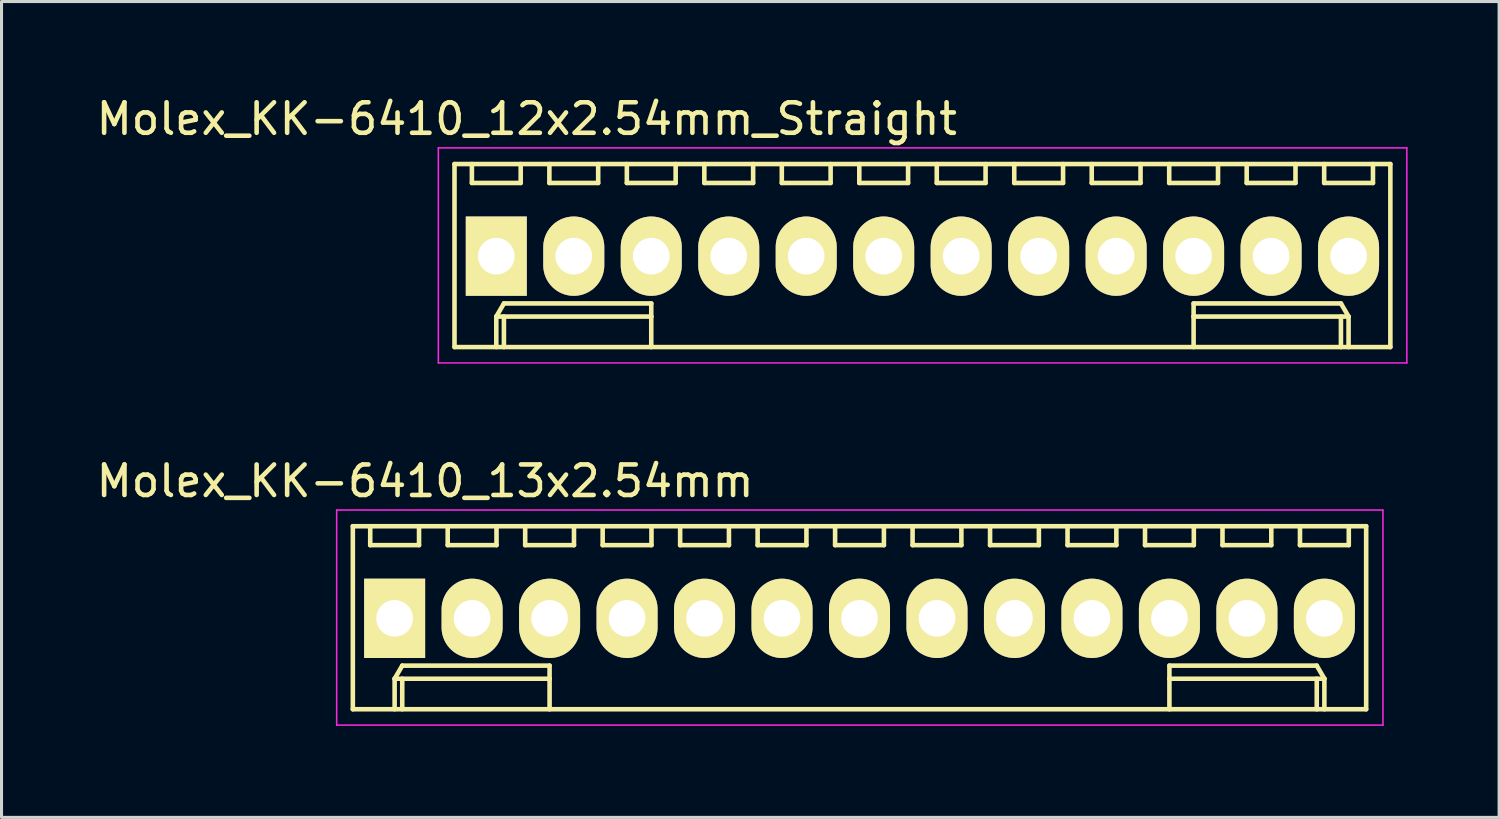
<source format=kicad_pcb>
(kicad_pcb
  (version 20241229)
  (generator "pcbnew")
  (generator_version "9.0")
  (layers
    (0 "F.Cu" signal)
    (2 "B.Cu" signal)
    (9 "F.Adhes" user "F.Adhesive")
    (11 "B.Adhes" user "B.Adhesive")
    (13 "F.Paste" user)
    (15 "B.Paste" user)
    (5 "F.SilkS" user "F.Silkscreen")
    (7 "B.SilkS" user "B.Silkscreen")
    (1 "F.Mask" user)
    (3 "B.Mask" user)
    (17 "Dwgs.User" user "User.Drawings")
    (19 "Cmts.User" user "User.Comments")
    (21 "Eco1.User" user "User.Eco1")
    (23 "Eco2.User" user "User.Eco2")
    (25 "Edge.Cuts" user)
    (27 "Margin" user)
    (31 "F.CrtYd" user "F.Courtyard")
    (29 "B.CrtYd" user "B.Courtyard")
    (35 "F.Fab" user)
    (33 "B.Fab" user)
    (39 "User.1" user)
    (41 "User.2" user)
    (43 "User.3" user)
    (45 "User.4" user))
  (footprint "Molex_KK-6410_12x2.54mm_Straight"
    (layer "F.Cu")
    (at 13.22 5.348)
    (property "Reference" "Molex_KK-6410_12x2.54mm_Straight" (at 1 -4.5 0) (layer "F.SilkS") (effects (font (size 1 1) (thickness 0.15))))
    (attr through_hole)
    (fp_line (start -1.37 -3.02) (end -1.37 2.98) (stroke (width 0.15) (type solid)) (layer "F.SilkS"))
    (fp_line (start -1.37 2.98) (end 29.31 2.98) (stroke (width 0.15) (type solid)) (layer "F.SilkS"))
    (fp_line (start -0.8 -3.02) (end -0.8 -2.4) (stroke (width 0.15) (type solid)) (layer "F.SilkS"))
    (fp_line (start -0.8 -2.4) (end 0.8 -2.4) (stroke (width 0.15) (type solid)) (layer "F.SilkS"))
    (fp_line (start 0 1.98) (end 0.25 1.55) (stroke (width 0.15) (type solid)) (layer "F.SilkS"))
    (fp_line (start 0 1.98) (end 5.08 1.98) (stroke (width 0.15) (type solid)) (layer "F.SilkS"))
    (fp_line (start 0 2.98) (end 0 1.98) (stroke (width 0.15) (type solid)) (layer "F.SilkS"))
    (fp_line (start 0.25 1.55) (end 5.08 1.55) (stroke (width 0.15) (type solid)) (layer "F.SilkS"))
    (fp_line (start 0.25 2.98) (end 0.25 1.98) (stroke (width 0.15) (type solid)) (layer "F.SilkS"))
    (fp_line (start 0.8 -2.4) (end 0.8 -3.02) (stroke (width 0.15) (type solid)) (layer "F.SilkS"))
    (fp_line (start 1.74 -3.02) (end 1.74 -2.4) (stroke (width 0.15) (type solid)) (layer "F.SilkS"))
    (fp_line (start 1.74 -2.4) (end 3.34 -2.4) (stroke (width 0.15) (type solid)) (layer "F.SilkS"))
    (fp_line (start 3.34 -2.4) (end 3.34 -3.02) (stroke (width 0.15) (type solid)) (layer "F.SilkS"))
    (fp_line (start 4.28 -3.02) (end 4.28 -2.4) (stroke (width 0.15) (type solid)) (layer "F.SilkS"))
    (fp_line (start 4.28 -2.4) (end 5.88 -2.4) (stroke (width 0.15) (type solid)) (layer "F.SilkS"))
    (fp_line (start 5.08 1.55) (end 5.08 1.98) (stroke (width 0.15) (type solid)) (layer "F.SilkS"))
    (fp_line (start 5.08 1.98) (end 5.08 2.98) (stroke (width 0.15) (type solid)) (layer "F.SilkS"))
    (fp_line (start 5.88 -2.4) (end 5.88 -3.02) (stroke (width 0.15) (type solid)) (layer "F.SilkS"))
    (fp_line (start 6.82 -3.02) (end 6.82 -2.4) (stroke (width 0.15) (type solid)) (layer "F.SilkS"))
    (fp_line (start 6.82 -2.4) (end 8.42 -2.4) (stroke (width 0.15) (type solid)) (layer "F.SilkS"))
    (fp_line (start 8.42 -2.4) (end 8.42 -3.02) (stroke (width 0.15) (type solid)) (layer "F.SilkS"))
    (fp_line (start 9.36 -3.02) (end 9.36 -2.4) (stroke (width 0.15) (type solid)) (layer "F.SilkS"))
    (fp_line (start 9.36 -2.4) (end 10.96 -2.4) (stroke (width 0.15) (type solid)) (layer "F.SilkS"))
    (fp_line (start 10.96 -2.4) (end 10.96 -3.02) (stroke (width 0.15) (type solid)) (layer "F.SilkS"))
    (fp_line (start 11.9 -3.02) (end 11.9 -2.4) (stroke (width 0.15) (type solid)) (layer "F.SilkS"))
    (fp_line (start 11.9 -2.4) (end 13.5 -2.4) (stroke (width 0.15) (type solid)) (layer "F.SilkS"))
    (fp_line (start 13.5 -2.4) (end 13.5 -3.02) (stroke (width 0.15) (type solid)) (layer "F.SilkS"))
    (fp_line (start 14.44 -3.02) (end 14.44 -2.4) (stroke (width 0.15) (type solid)) (layer "F.SilkS"))
    (fp_line (start 14.44 -2.4) (end 16.04 -2.4) (stroke (width 0.15) (type solid)) (layer "F.SilkS"))
    (fp_line (start 16.04 -2.4) (end 16.04 -3.02) (stroke (width 0.15) (type solid)) (layer "F.SilkS"))
    (fp_line (start 16.98 -3.02) (end 16.98 -2.4) (stroke (width 0.15) (type solid)) (layer "F.SilkS"))
    (fp_line (start 16.98 -2.4) (end 18.58 -2.4) (stroke (width 0.15) (type solid)) (layer "F.SilkS"))
    (fp_line (start 18.58 -2.4) (end 18.58 -3.02) (stroke (width 0.15) (type solid)) (layer "F.SilkS"))
    (fp_line (start 19.52 -3.02) (end 19.52 -2.4) (stroke (width 0.15) (type solid)) (layer "F.SilkS"))
    (fp_line (start 19.52 -2.4) (end 21.12 -2.4) (stroke (width 0.15) (type solid)) (layer "F.SilkS"))
    (fp_line (start 21.12 -2.4) (end 21.12 -3.02) (stroke (width 0.15) (type solid)) (layer "F.SilkS"))
    (fp_line (start 22.06 -3.02) (end 22.06 -2.4) (stroke (width 0.15) (type solid)) (layer "F.SilkS"))
    (fp_line (start 22.06 -2.4) (end 23.66 -2.4) (stroke (width 0.15) (type solid)) (layer "F.SilkS"))
    (fp_line (start 22.86 1.55) (end 22.86 1.98) (stroke (width 0.15) (type solid)) (layer "F.SilkS"))
    (fp_line (start 22.86 1.98) (end 22.86 2.98) (stroke (width 0.15) (type solid)) (layer "F.SilkS"))
    (fp_line (start 23.66 -2.4) (end 23.66 -3.02) (stroke (width 0.15) (type solid)) (layer "F.SilkS"))
    (fp_line (start 24.6 -3.02) (end 24.6 -2.4) (stroke (width 0.15) (type solid)) (layer "F.SilkS"))
    (fp_line (start 24.6 -2.4) (end 26.2 -2.4) (stroke (width 0.15) (type solid)) (layer "F.SilkS"))
    (fp_line (start 26.2 -2.4) (end 26.2 -3.02) (stroke (width 0.15) (type solid)) (layer "F.SilkS"))
    (fp_line (start 27.14 -3.02) (end 27.14 -2.4) (stroke (width 0.15) (type solid)) (layer "F.SilkS"))
    (fp_line (start 27.14 -2.4) (end 28.74 -2.4) (stroke (width 0.15) (type solid)) (layer "F.SilkS"))
    (fp_line (start 27.69 1.55) (end 22.86 1.55) (stroke (width 0.15) (type solid)) (layer "F.SilkS"))
    (fp_line (start 27.69 2.98) (end 27.69 1.98) (stroke (width 0.15) (type solid)) (layer "F.SilkS"))
    (fp_line (start 27.94 1.98) (end 22.86 1.98) (stroke (width 0.15) (type solid)) (layer "F.SilkS"))
    (fp_line (start 27.94 1.98) (end 27.69 1.55) (stroke (width 0.15) (type solid)) (layer "F.SilkS"))
    (fp_line (start 27.94 2.98) (end 27.94 1.98) (stroke (width 0.15) (type solid)) (layer "F.SilkS"))
    (fp_line (start 28.74 -2.4) (end 28.74 -3.02) (stroke (width 0.15) (type solid)) (layer "F.SilkS"))
    (fp_line (start 29.31 -3.02) (end -1.37 -3.02) (stroke (width 0.15) (type solid)) (layer "F.SilkS"))
    (fp_line (start 29.31 2.98) (end 29.31 -3.02) (stroke (width 0.15) (type solid)) (layer "F.SilkS"))
    (fp_line (start -1.9 -3.55) (end 29.85 -3.55) (stroke (width 0.05) (type solid)) (layer "F.CrtYd"))
    (fp_line (start -1.9 3.5) (end -1.9 -3.55) (stroke (width 0.05) (type solid)) (layer "F.CrtYd"))
    (fp_line (start 29.85 -3.55) (end 29.85 3.5) (stroke (width 0.05) (type solid)) (layer "F.CrtYd"))
    (fp_line (start 29.85 3.5) (end -1.9 3.5) (stroke (width 0.05) (type solid)) (layer "F.CrtYd"))
    (pad "1" thru_hole rect (at 0 0) (size 2 2.6) (drill 1.2) (layers "*.Cu" "*.Mask" "F.SilkS"))
    (pad "2" thru_hole oval (at 2.54 0) (size 2 2.6) (drill 1.2) (layers "*.Cu" "*.Mask" "F.SilkS"))
    (pad "3" thru_hole oval (at 5.08 0) (size 2 2.6) (drill 1.2) (layers "*.Cu" "*.Mask" "F.SilkS"))
    (pad "4" thru_hole oval (at 7.62 0) (size 2 2.6) (drill 1.2) (layers "*.Cu" "*.Mask" "F.SilkS"))
    (pad "5" thru_hole oval (at 10.16 0) (size 2 2.6) (drill 1.2) (layers "*.Cu" "*.Mask" "F.SilkS"))
    (pad "6" thru_hole oval (at 12.7 0) (size 2 2.6) (drill 1.2) (layers "*.Cu" "*.Mask" "F.SilkS"))
    (pad "7" thru_hole oval (at 15.24 0) (size 2 2.6) (drill 1.2) (layers "*.Cu" "*.Mask" "F.SilkS"))
    (pad "8" thru_hole oval (at 17.78 0) (size 2 2.6) (drill 1.2) (layers "*.Cu" "*.Mask" "F.SilkS"))
    (pad "9" thru_hole oval (at 20.32 0) (size 2 2.6) (drill 1.2) (layers "*.Cu" "*.Mask" "F.SilkS"))
    (pad "10" thru_hole oval (at 22.86 0) (size 2 2.6) (drill 1.2) (layers "*.Cu" "*.Mask" "F.SilkS"))
    (pad "11" thru_hole oval (at 25.4 0) (size 2 2.6) (drill 1.2) (layers "*.Cu" "*.Mask" "F.SilkS"))
    (pad "12" thru_hole oval (at 27.94 0) (size 2 2.6) (drill 1.2) (layers "*.Cu" "*.Mask" "F.SilkS")))
  (footprint "Molex_KK-6410_13x2.54mm"
    (layer "F.Cu")
    (at 9.887 17.221)
    (property "Reference" "Molex_KK-6410_13x2.54mm" (at 1 -4.5 0) (layer "F.SilkS") (effects (font (size 1 1) (thickness 0.15))))
    (attr through_hole)
    (fp_line (start -1.37 -3.02) (end -1.37 2.98) (stroke (width 0.15) (type solid)) (layer "F.SilkS"))
    (fp_line (start -1.37 2.98) (end 31.85 2.98) (stroke (width 0.15) (type solid)) (layer "F.SilkS"))
    (fp_line (start -0.8 -3.02) (end -0.8 -2.4) (stroke (width 0.15) (type solid)) (layer "F.SilkS"))
    (fp_line (start -0.8 -2.4) (end 0.8 -2.4) (stroke (width 0.15) (type solid)) (layer "F.SilkS"))
    (fp_line (start 0 1.98) (end 0.25 1.55) (stroke (width 0.15) (type solid)) (layer "F.SilkS"))
    (fp_line (start 0 1.98) (end 5.08 1.98) (stroke (width 0.15) (type solid)) (layer "F.SilkS"))
    (fp_line (start 0 2.98) (end 0 1.98) (stroke (width 0.15) (type solid)) (layer "F.SilkS"))
    (fp_line (start 0.25 1.55) (end 5.08 1.55) (stroke (width 0.15) (type solid)) (layer "F.SilkS"))
    (fp_line (start 0.25 2.98) (end 0.25 1.98) (stroke (width 0.15) (type solid)) (layer "F.SilkS"))
    (fp_line (start 0.8 -2.4) (end 0.8 -3.02) (stroke (width 0.15) (type solid)) (layer "F.SilkS"))
    (fp_line (start 1.74 -3.02) (end 1.74 -2.4) (stroke (width 0.15) (type solid)) (layer "F.SilkS"))
    (fp_line (start 1.74 -2.4) (end 3.34 -2.4) (stroke (width 0.15) (type solid)) (layer "F.SilkS"))
    (fp_line (start 3.34 -2.4) (end 3.34 -3.02) (stroke (width 0.15) (type solid)) (layer "F.SilkS"))
    (fp_line (start 4.28 -3.02) (end 4.28 -2.4) (stroke (width 0.15) (type solid)) (layer "F.SilkS"))
    (fp_line (start 4.28 -2.4) (end 5.88 -2.4) (stroke (width 0.15) (type solid)) (layer "F.SilkS"))
    (fp_line (start 5.08 1.55) (end 5.08 1.98) (stroke (width 0.15) (type solid)) (layer "F.SilkS"))
    (fp_line (start 5.08 1.98) (end 5.08 2.98) (stroke (width 0.15) (type solid)) (layer "F.SilkS"))
    (fp_line (start 5.88 -2.4) (end 5.88 -3.02) (stroke (width 0.15) (type solid)) (layer "F.SilkS"))
    (fp_line (start 6.82 -3.02) (end 6.82 -2.4) (stroke (width 0.15) (type solid)) (layer "F.SilkS"))
    (fp_line (start 6.82 -2.4) (end 8.42 -2.4) (stroke (width 0.15) (type solid)) (layer "F.SilkS"))
    (fp_line (start 8.42 -2.4) (end 8.42 -3.02) (stroke (width 0.15) (type solid)) (layer "F.SilkS"))
    (fp_line (start 9.36 -3.02) (end 9.36 -2.4) (stroke (width 0.15) (type solid)) (layer "F.SilkS"))
    (fp_line (start 9.36 -2.4) (end 10.96 -2.4) (stroke (width 0.15) (type solid)) (layer "F.SilkS"))
    (fp_line (start 10.96 -2.4) (end 10.96 -3.02) (stroke (width 0.15) (type solid)) (layer "F.SilkS"))
    (fp_line (start 11.9 -3.02) (end 11.9 -2.4) (stroke (width 0.15) (type solid)) (layer "F.SilkS"))
    (fp_line (start 11.9 -2.4) (end 13.5 -2.4) (stroke (width 0.15) (type solid)) (layer "F.SilkS"))
    (fp_line (start 13.5 -2.4) (end 13.5 -3.02) (stroke (width 0.15) (type solid)) (layer "F.SilkS"))
    (fp_line (start 14.44 -3.02) (end 14.44 -2.4) (stroke (width 0.15) (type solid)) (layer "F.SilkS"))
    (fp_line (start 14.44 -2.4) (end 16.04 -2.4) (stroke (width 0.15) (type solid)) (layer "F.SilkS"))
    (fp_line (start 16.04 -2.4) (end 16.04 -3.02) (stroke (width 0.15) (type solid)) (layer "F.SilkS"))
    (fp_line (start 16.98 -3.02) (end 16.98 -2.4) (stroke (width 0.15) (type solid)) (layer "F.SilkS"))
    (fp_line (start 16.98 -2.4) (end 18.58 -2.4) (stroke (width 0.15) (type solid)) (layer "F.SilkS"))
    (fp_line (start 18.58 -2.4) (end 18.58 -3.02) (stroke (width 0.15) (type solid)) (layer "F.SilkS"))
    (fp_line (start 19.52 -3.02) (end 19.52 -2.4) (stroke (width 0.15) (type solid)) (layer "F.SilkS"))
    (fp_line (start 19.52 -2.4) (end 21.12 -2.4) (stroke (width 0.15) (type solid)) (layer "F.SilkS"))
    (fp_line (start 21.12 -2.4) (end 21.12 -3.02) (stroke (width 0.15) (type solid)) (layer "F.SilkS"))
    (fp_line (start 22.06 -3.02) (end 22.06 -2.4) (stroke (width 0.15) (type solid)) (layer "F.SilkS"))
    (fp_line (start 22.06 -2.4) (end 23.66 -2.4) (stroke (width 0.15) (type solid)) (layer "F.SilkS"))
    (fp_line (start 23.66 -2.4) (end 23.66 -3.02) (stroke (width 0.15) (type solid)) (layer "F.SilkS"))
    (fp_line (start 24.6 -3.02) (end 24.6 -2.4) (stroke (width 0.15) (type solid)) (layer "F.SilkS"))
    (fp_line (start 24.6 -2.4) (end 26.2 -2.4) (stroke (width 0.15) (type solid)) (layer "F.SilkS"))
    (fp_line (start 25.4 1.55) (end 25.4 1.98) (stroke (width 0.15) (type solid)) (layer "F.SilkS"))
    (fp_line (start 25.4 1.98) (end 25.4 2.98) (stroke (width 0.15) (type solid)) (layer "F.SilkS"))
    (fp_line (start 26.2 -2.4) (end 26.2 -3.02) (stroke (width 0.15) (type solid)) (layer "F.SilkS"))
    (fp_line (start 27.14 -3.02) (end 27.14 -2.4) (stroke (width 0.15) (type solid)) (layer "F.SilkS"))
    (fp_line (start 27.14 -2.4) (end 28.74 -2.4) (stroke (width 0.15) (type solid)) (layer "F.SilkS"))
    (fp_line (start 28.74 -2.4) (end 28.74 -3.02) (stroke (width 0.15) (type solid)) (layer "F.SilkS"))
    (fp_line (start 29.68 -3.02) (end 29.68 -2.4) (stroke (width 0.15) (type solid)) (layer "F.SilkS"))
    (fp_line (start 29.68 -2.4) (end 31.28 -2.4) (stroke (width 0.15) (type solid)) (layer "F.SilkS"))
    (fp_line (start 30.23 1.55) (end 25.4 1.55) (stroke (width 0.15) (type solid)) (layer "F.SilkS"))
    (fp_line (start 30.23 2.98) (end 30.23 1.98) (stroke (width 0.15) (type solid)) (layer "F.SilkS"))
    (fp_line (start 30.48 1.98) (end 25.4 1.98) (stroke (width 0.15) (type solid)) (layer "F.SilkS"))
    (fp_line (start 30.48 1.98) (end 30.23 1.55) (stroke (width 0.15) (type solid)) (layer "F.SilkS"))
    (fp_line (start 30.48 2.98) (end 30.48 1.98) (stroke (width 0.15) (type solid)) (layer "F.SilkS"))
    (fp_line (start 31.28 -2.4) (end 31.28 -3.02) (stroke (width 0.15) (type solid)) (layer "F.SilkS"))
    (fp_line (start 31.85 -3.02) (end -1.37 -3.02) (stroke (width 0.15) (type solid)) (layer "F.SilkS"))
    (fp_line (start 31.85 2.98) (end 31.85 -3.02) (stroke (width 0.15) (type solid)) (layer "F.SilkS"))
    (fp_line (start -1.9 -3.55) (end 32.4 -3.55) (stroke (width 0.05) (type solid)) (layer "F.CrtYd"))
    (fp_line (start -1.9 3.5) (end -1.9 -3.55) (stroke (width 0.05) (type solid)) (layer "F.CrtYd"))
    (fp_line (start 32.4 -3.55) (end 32.4 3.5) (stroke (width 0.05) (type solid)) (layer "F.CrtYd"))
    (fp_line (start 32.4 3.5) (end -1.9 3.5) (stroke (width 0.05) (type solid)) (layer "F.CrtYd"))
    (pad "1" thru_hole rect (at 0 0) (size 2 2.6) (drill 1.2) (layers "*.Cu" "*.Mask" "F.SilkS"))
    (pad "2" thru_hole oval (at 2.54 0) (size 2 2.6) (drill 1.2) (layers "*.Cu" "*.Mask" "F.SilkS"))
    (pad "3" thru_hole oval (at 5.08 0) (size 2 2.6) (drill 1.2) (layers "*.Cu" "*.Mask" "F.SilkS"))
    (pad "4" thru_hole oval (at 7.62 0) (size 2 2.6) (drill 1.2) (layers "*.Cu" "*.Mask" "F.SilkS"))
    (pad "5" thru_hole oval (at 10.16 0) (size 2 2.6) (drill 1.2) (layers "*.Cu" "*.Mask" "F.SilkS"))
    (pad "6" thru_hole oval (at 12.7 0) (size 2 2.6) (drill 1.2) (layers "*.Cu" "*.Mask" "F.SilkS"))
    (pad "7" thru_hole oval (at 15.24 0) (size 2 2.6) (drill 1.2) (layers "*.Cu" "*.Mask" "F.SilkS"))
    (pad "8" thru_hole oval (at 17.78 0) (size 2 2.6) (drill 1.2) (layers "*.Cu" "*.Mask" "F.SilkS"))
    (pad "9" thru_hole oval (at 20.32 0) (size 2 2.6) (drill 1.2) (layers "*.Cu" "*.Mask" "F.SilkS"))
    (pad "10" thru_hole oval (at 22.86 0) (size 2 2.6) (drill 1.2) (layers "*.Cu" "*.Mask" "F.SilkS"))
    (pad "11" thru_hole oval (at 25.4 0) (size 2 2.6) (drill 1.2) (layers "*.Cu" "*.Mask" "F.SilkS"))
    (pad "12" thru_hole oval (at 27.94 0) (size 2 2.6) (drill 1.2) (layers "*.Cu" "*.Mask" "F.SilkS"))
    (pad "13" thru_hole oval (at 30.48 0) (size 2 2.6) (drill 1.2) (layers "*.Cu" "*.Mask" "F.SilkS")))
  (gr_rect
    (start -3 -3)
    (end 46.095 23.747)
    (stroke (width 0.1) (type default))
    (fill no)
    (layer "Edge.Cuts")))
</source>
